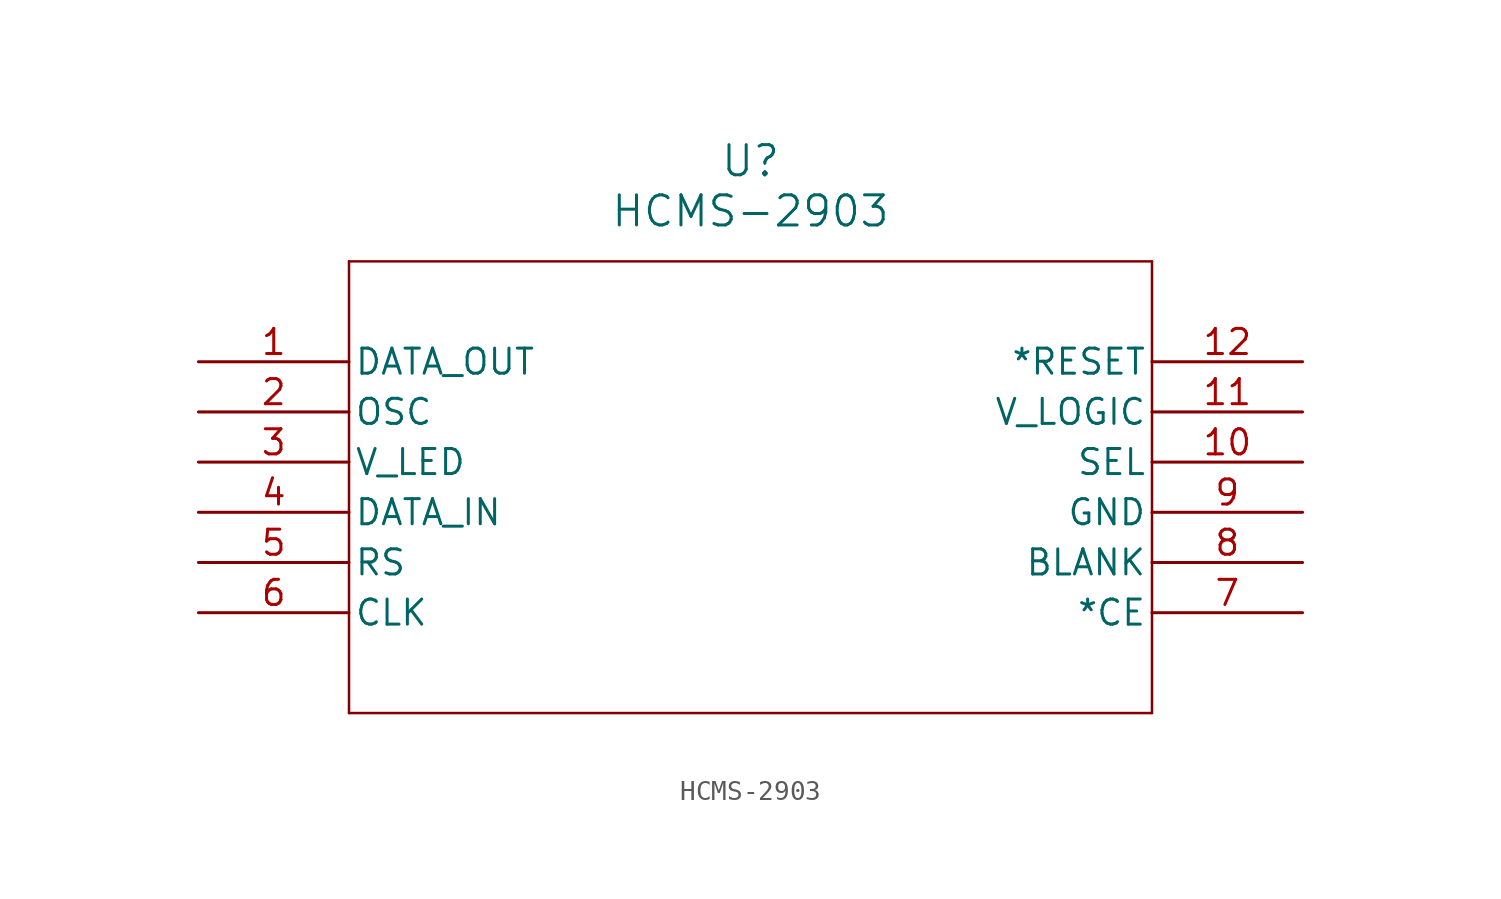
<source format=kicad_sym>
(kicad_symbol_lib
  (version 20211014)
  (generator kicad_symbol_editor)
  (symbol "HCMS-2903"
    (pin_names
      (offset 0.254))
    (property "Reference" "U"
      (at 27.94 10.16 0)
      (effects (font (size 1.524 1.524))))
    (property "Value" "HCMS-2903"
      (at 27.94 7.62 0)
      (effects (font (size 1.524 1.524))))
    (symbol "HCMS-2903_0_1"
      (polyline (pts (xy 7.62 5.08) (xy 7.62 -17.78)) (stroke (width 0.127) (type default) (color 0 0 0 0)) (fill (type none)))
      (polyline (pts (xy 7.62 -17.78) (xy 48.26 -17.78)) (stroke (width 0.127) (type default) (color 0 0 0 0)) (fill (type none)))
      (polyline (pts (xy 48.26 -17.78) (xy 48.26 5.08)) (stroke (width 0.127) (type default) (color 0 0 0 0)) (fill (type none)))
      (polyline (pts (xy 48.26 5.08) (xy 7.62 5.08)) (stroke (width 0.127) (type default) (color 0 0 0 0)) (fill (type none)))
      (pin output line (at 0 0 0) (length 7.62) (name "DATA OUT" (effects (font (size 1.27 1.27)))) (number "1" (effects (font (size 1.27 1.27)))))
      (pin output line (at 0 -2.54 0) (length 7.62) (name "OSC" (effects (font (size 1.27 1.27)))) (number "2" (effects (font (size 1.27 1.27)))))
      (pin power_in line (at 0 -5.08 0) (length 7.62) (name "V LED" (effects (font (size 1.27 1.27)))) (number "3" (effects (font (size 1.27 1.27)))))
      (pin input line (at 0 -7.62 0) (length 7.62) (name "DATA IN" (effects (font (size 1.27 1.27)))) (number "4" (effects (font (size 1.27 1.27)))))
      (pin unspecified line (at 0 -10.16 0) (length 7.62) (name "RS" (effects (font (size 1.27 1.27)))) (number "5" (effects (font (size 1.27 1.27)))))
      (pin input line (at 0 -12.7 0) (length 7.62) (name "CLK" (effects (font (size 1.27 1.27)))) (number "6" (effects (font (size 1.27 1.27)))))
      (pin input line (at 55.88 -12.7 180) (length 7.62) (name "*CE" (effects (font (size 1.27 1.27)))) (number "7" (effects (font (size 1.27 1.27)))))
      (pin unspecified line (at 55.88 -10.16 180) (length 7.62) (name "BLANK" (effects (font (size 1.27 1.27)))) (number "8" (effects (font (size 1.27 1.27)))))
      (pin power_out line (at 55.88 -7.62 180) (length 7.62) (name "GND" (effects (font (size 1.27 1.27)))) (number "9" (effects (font (size 1.27 1.27)))))
      (pin unspecified line (at 55.88 -5.08 180) (length 7.62) (name "SEL" (effects (font (size 1.27 1.27)))) (number "10" (effects (font (size 1.27 1.27)))))
      (pin power_in line (at 55.88 -2.54 180) (length 7.62) (name "V LOGIC" (effects (font (size 1.27 1.27)))) (number "11" (effects (font (size 1.27 1.27)))))
      (pin unspecified line (at 55.88 0 180) (length 7.62) (name "*RESET" (effects (font (size 1.27 1.27)))) (number "12" (effects (font (size 1.27 1.27))))))))
</source>
